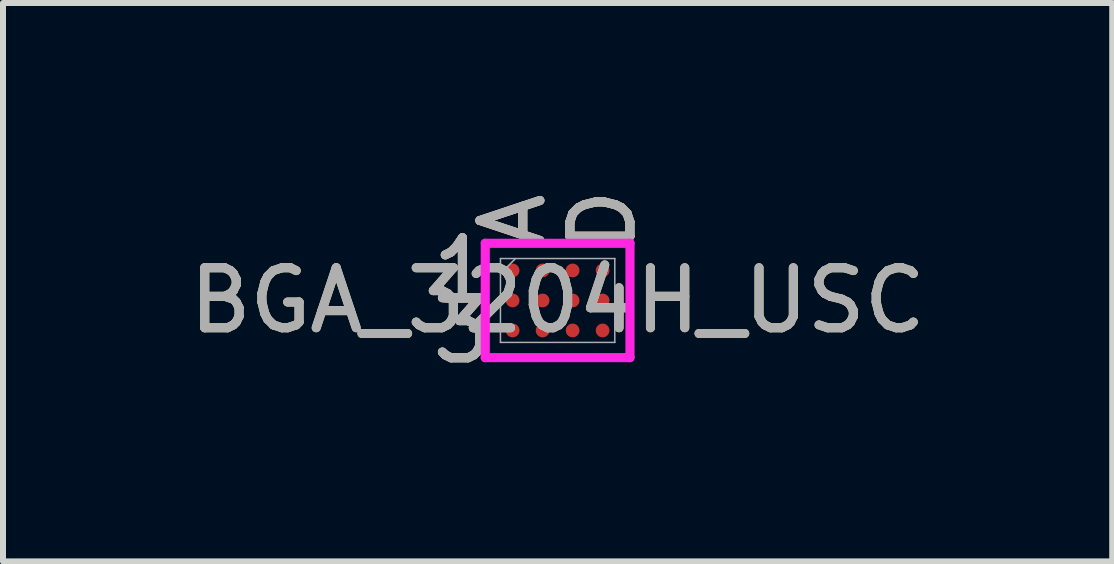
<source format=kicad_pcb>
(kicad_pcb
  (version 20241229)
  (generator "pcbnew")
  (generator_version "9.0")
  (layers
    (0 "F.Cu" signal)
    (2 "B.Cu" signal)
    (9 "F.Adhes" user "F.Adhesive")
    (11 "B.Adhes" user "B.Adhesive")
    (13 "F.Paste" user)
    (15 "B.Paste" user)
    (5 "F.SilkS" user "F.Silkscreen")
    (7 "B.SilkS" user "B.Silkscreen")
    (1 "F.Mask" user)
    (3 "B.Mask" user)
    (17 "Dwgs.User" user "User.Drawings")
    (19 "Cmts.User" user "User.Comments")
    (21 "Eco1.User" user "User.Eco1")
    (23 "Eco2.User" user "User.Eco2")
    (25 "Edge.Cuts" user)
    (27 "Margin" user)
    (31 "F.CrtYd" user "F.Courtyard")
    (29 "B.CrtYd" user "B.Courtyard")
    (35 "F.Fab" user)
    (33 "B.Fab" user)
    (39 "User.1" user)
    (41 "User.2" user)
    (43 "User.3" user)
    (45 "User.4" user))
  (footprint "BGA_3204H_USC"
    (layer "F.Cu")
    (at 6.244 1.958)
    (property "Reference" "BGA_3204H_USC" (at 0 0 0) (unlocked yes) (layer "F.SilkS") (effects (font (size 1 1) (thickness 0.15))))
    (attr smd)
    (fp_poly (pts (xy -1.445 -1.195) (xy 1.445 -1.195) (xy 1.445 1.195) (xy -1.445 1.195)) (stroke (width 0.1) (type solid)) (fill no) (layer "Eco2.User"))
    (fp_line (start -1.206 -0.953) (end 1.206 -0.953) (stroke (width 0.152) (type solid)) (layer "F.CrtYd"))
    (fp_line (start -1.206 0.953) (end -1.206 -0.953) (stroke (width 0.152) (type solid)) (layer "F.CrtYd"))
    (fp_line (start 1.206 -0.953) (end 1.206 0.953) (stroke (width 0.152) (type solid)) (layer "F.CrtYd"))
    (fp_line (start 1.206 0.953) (end -1.206 0.953) (stroke (width 0.152) (type solid)) (layer "F.CrtYd"))
    (fp_line (start -0.953 -0.699) (end -0.953 0.699) (stroke (width 0.025) (type solid)) (layer "F.Fab"))
    (fp_line (start -0.953 0.699) (end 0.953 0.699) (stroke (width 0.025) (type solid)) (layer "F.Fab"))
    (fp_line (start -0.702 -0.699) (end -0.953 -0.448) (stroke (width 0.025) (type solid)) (layer "F.Fab"))
    (fp_line (start 0.953 -0.699) (end -0.953 -0.699) (stroke (width 0.025) (type solid)) (layer "F.Fab"))
    (fp_line (start 0.953 0.699) (end 0.953 -0.699) (stroke (width 0.025) (type solid)) (layer "F.Fab"))
    (fp_text user "A" (at -0.75 -1.333 90) (unlocked yes) (layer "F.SilkS") (effects (font (size 1 1) (thickness 0.15))))
    (fp_text user "D" (at 0.75 -1.333 90) (unlocked yes) (layer "F.SilkS") (effects (font (size 1 1) (thickness 0.15))))
    (fp_text user "1" (at -1.587 -0.5 0) (unlocked yes) (layer "F.SilkS") (effects (font (size 1 1) (thickness 0.15))))
    (fp_text user "3" (at -1.587 0.5 0) (unlocked yes) (layer "F.SilkS") (effects (font (size 1 1) (thickness 0.15))))
    (fp_text user "A" (at -0.75 -1.333 90) (unlocked yes) (layer "B.SilkS") (effects (font (size 1 1) (thickness 0.15))))
    (fp_text user "1" (at -1.587 -0.5 0) (unlocked yes) (layer "B.SilkS") (effects (font (size 1 1) (thickness 0.15))))
    (fp_text user "3" (at -1.587 0.5 0) (unlocked yes) (layer "B.SilkS") (effects (font (size 1 1) (thickness 0.15))))
    (fp_text user "D" (at 0.75 -1.333 90) (unlocked yes) (layer "B.SilkS") (effects (font (size 1 1) (thickness 0.15))))
    (fp_text user "3" (at -1.587 0.5 0) (unlocked yes) (layer "F.Fab") (effects (font (size 1 1) (thickness 0.15))))
    (fp_text user "1" (at -1.587 -0.5 0) (unlocked yes) (layer "F.Fab") (effects (font (size 1 1) (thickness 0.15))))
    (fp_text user "D" (at 0.75 -1.333 90) (unlocked yes) (layer "F.Fab") (effects (font (size 1 1) (thickness 0.15))))
    (fp_text user "A" (at -0.75 -1.333 90) (unlocked yes) (layer "F.Fab") (effects (font (size 1 1) (thickness 0.15))))
    (fp_text user "${REFERENCE}" (at 0 0 0) (unlocked yes) (layer "F.Fab") (effects (font (size 1 1) (thickness 0.15))))
    (pad "A1" smd circle (at -0.75 -0.5) (size 0.229 0.229) (layers "F.Cu" "F.Mask" "F.Paste"))
    (pad "A2" smd circle (at -0.75 0) (size 0.229 0.229) (layers "F.Cu" "F.Mask" "F.Paste"))
    (pad "A3" smd circle (at -0.75 0.5) (size 0.229 0.229) (layers "F.Cu" "F.Mask" "F.Paste"))
    (pad "B1" smd circle (at -0.25 -0.5) (size 0.229 0.229) (layers "F.Cu" "F.Mask" "F.Paste"))
    (pad "B2" smd circle (at -0.25 0) (size 0.229 0.229) (layers "F.Cu" "F.Mask" "F.Paste"))
    (pad "B3" smd circle (at -0.25 0.5) (size 0.229 0.229) (layers "F.Cu" "F.Mask" "F.Paste"))
    (pad "C1" smd circle (at 0.25 -0.5) (size 0.229 0.229) (layers "F.Cu" "F.Mask" "F.Paste"))
    (pad "C2" smd circle (at 0.25 0) (size 0.229 0.229) (layers "F.Cu" "F.Mask" "F.Paste"))
    (pad "C3" smd circle (at 0.25 0.5) (size 0.229 0.229) (layers "F.Cu" "F.Mask" "F.Paste"))
    (pad "D1" smd circle (at 0.75 -0.5) (size 0.229 0.229) (layers "F.Cu" "F.Mask" "F.Paste"))
    (pad "D2" smd circle (at 0.75 0) (size 0.229 0.229) (layers "F.Cu" "F.Mask" "F.Paste"))
    (pad "D3" smd circle (at 0.75 0.5) (size 0.229 0.229) (layers "F.Cu" "F.Mask" "F.Paste")))
  (gr_rect
    (start -3 -3)
    (end 15.488 6.307)
    (stroke (width 0.1) (type default))
    (fill no)
    (layer "Edge.Cuts")))
</source>
